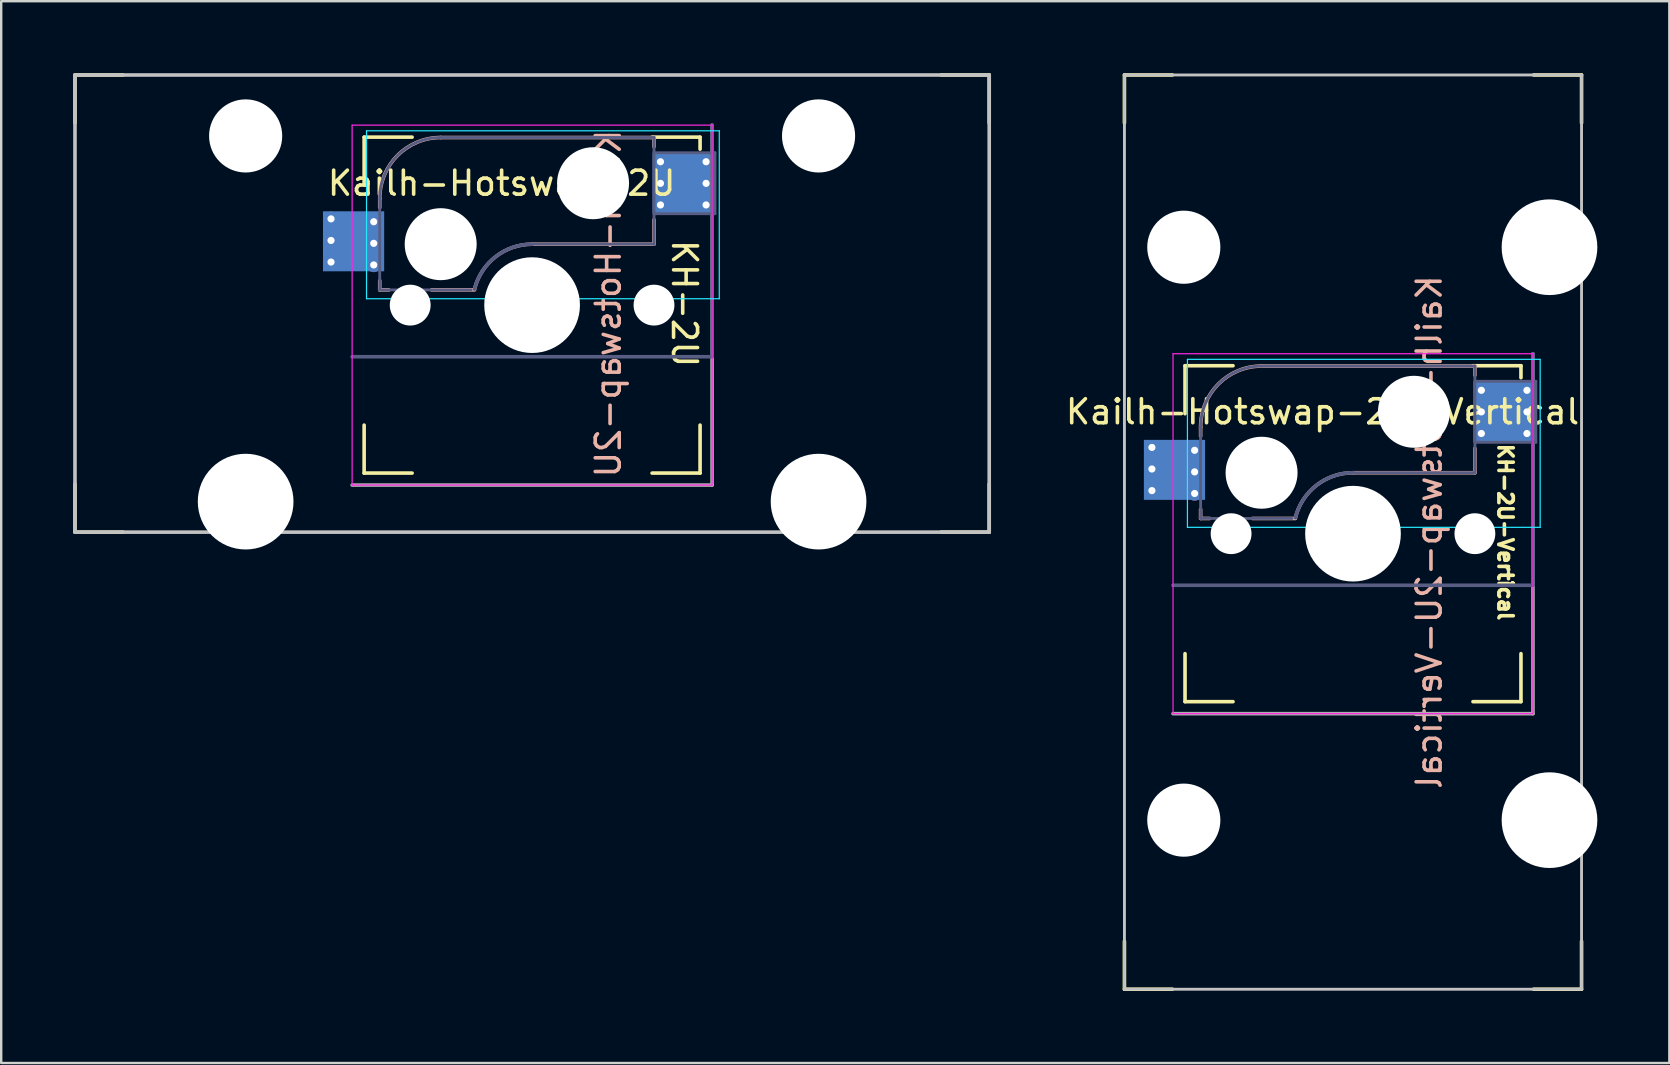
<source format=kicad_pcb>
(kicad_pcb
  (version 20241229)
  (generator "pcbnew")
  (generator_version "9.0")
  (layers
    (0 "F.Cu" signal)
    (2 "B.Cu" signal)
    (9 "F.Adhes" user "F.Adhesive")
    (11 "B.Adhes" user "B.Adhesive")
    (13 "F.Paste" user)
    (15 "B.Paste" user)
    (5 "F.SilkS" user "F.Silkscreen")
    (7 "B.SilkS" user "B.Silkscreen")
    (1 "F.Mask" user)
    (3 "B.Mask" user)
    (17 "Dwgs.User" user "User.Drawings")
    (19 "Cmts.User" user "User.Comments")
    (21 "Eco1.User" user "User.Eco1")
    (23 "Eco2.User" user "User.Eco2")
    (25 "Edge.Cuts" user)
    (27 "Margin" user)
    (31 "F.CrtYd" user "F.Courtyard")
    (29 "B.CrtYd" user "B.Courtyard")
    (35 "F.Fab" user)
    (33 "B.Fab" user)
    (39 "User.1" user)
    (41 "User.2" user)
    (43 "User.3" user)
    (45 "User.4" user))
  (footprint "Kailh-Hotswap-2U-Vertical"
    (layer "F.Cu")
    (at 53.335 19.125)
    (property "Reference" "Kailh-Hotswap-2U-Vertical" (at 3.175 0 90) (unlocked yes) (layer "B.SilkS") (effects (font (size 1 1) (thickness 0.15)) (justify mirror)))
    (attr through_hole)
    (fp_line (start -9.525 -19.05) (end -7.525 -19.05) (stroke (width 0.15) (type solid)) (layer "F.SilkS"))
    (fp_line (start -9.525 -17.05) (end -9.525 -19.05) (stroke (width 0.15) (type solid)) (layer "F.SilkS"))
    (fp_line (start -9.525 19.05) (end -9.525 17.05) (stroke (width 0.15) (type solid)) (layer "F.SilkS"))
    (fp_line (start -7.525 19.05) (end -9.525 19.05) (stroke (width 0.15) (type solid)) (layer "F.SilkS"))
    (fp_line (start -7 -6.934) (end -5 -6.934) (stroke (width 0.15) (type solid)) (layer "F.SilkS"))
    (fp_line (start -7 -4.934) (end -7 -6.934) (stroke (width 0.15) (type solid)) (layer "F.SilkS"))
    (fp_line (start -7 7.066) (end -7 5.066) (stroke (width 0.15) (type solid)) (layer "F.SilkS"))
    (fp_line (start -5 7.066) (end -7 7.066) (stroke (width 0.15) (type solid)) (layer "F.SilkS"))
    (fp_line (start 5 -6.934) (end 7 -6.934) (stroke (width 0.15) (type solid)) (layer "F.SilkS"))
    (fp_line (start 5 7.066) (end 7 7.066) (stroke (width 0.15) (type solid)) (layer "F.SilkS"))
    (fp_line (start 7 -6.934) (end 7 -6.434) (stroke (width 0.15) (type solid)) (layer "F.SilkS"))
    (fp_line (start 7 7.066) (end 7 5.066) (stroke (width 0.15) (type solid)) (layer "F.SilkS"))
    (fp_line (start 7.525 -19.05) (end 9.525 -19.05) (stroke (width 0.15) (type solid)) (layer "F.SilkS"))
    (fp_line (start 9.525 -19.05) (end 9.525 -17.05) (stroke (width 0.15) (type solid)) (layer "F.SilkS"))
    (fp_line (start 9.525 17.05) (end 9.525 19.05) (stroke (width 0.15) (type solid)) (layer "F.SilkS"))
    (fp_line (start 9.525 19.05) (end 7.525 19.05) (stroke (width 0.15) (type solid)) (layer "F.SilkS"))
    (fp_line (start -6.35 -4.379) (end -6.35 -3.998) (stroke (width 0.15) (type solid)) (layer "B.SilkS"))
    (fp_line (start -6.35 -0.95) (end -6.35 -0.569) (stroke (width 0.15) (type solid)) (layer "B.SilkS"))
    (fp_line (start -6.35 -0.569) (end -5.969 -0.569) (stroke (width 0.15) (type solid)) (layer "B.SilkS"))
    (fp_line (start -4.191 -0.569) (end -2.4 -0.569) (stroke (width 0.15) (type solid)) (layer "B.SilkS"))
    (fp_line (start 0 -2.474) (end 5.08 -2.474) (stroke (width 0.15) (type solid)) (layer "B.SilkS"))
    (fp_line (start 5.08 -6.919) (end -3.81 -6.919) (stroke (width 0.15) (type solid)) (layer "B.SilkS"))
    (fp_line (start 5.08 -6.538) (end 5.08 -6.919) (stroke (width 0.15) (type solid)) (layer "B.SilkS"))
    (fp_line (start 5.08 -2.474) (end 5.08 -3.49) (stroke (width 0.15) (type solid)) (layer "B.SilkS"))
    (fp_arc (start -6.35 -4.378861) (mid -5.606051 -6.174912) (end -3.81 -6.918861) (stroke (width 0.15) (type solid)) (layer "B.SilkS"))
    (fp_arc (start -2.399998 -0.599998) (mid -1.521828 -1.950392) (end 0.001565 -2.473861) (stroke (width 0.15) (type solid)) (layer "B.SilkS"))
    (fp_line (start -9.525 -19.05) (end 9.525 -19.05) (stroke (width 0.12) (type solid)) (layer "Dwgs.User"))
    (fp_line (start -9.525 19.05) (end -9.525 -19.05) (stroke (width 0.12) (type solid)) (layer "Dwgs.User"))
    (fp_line (start 9.525 -19.05) (end 9.525 19.05) (stroke (width 0.12) (type solid)) (layer "Dwgs.User"))
    (fp_line (start 9.525 19.05) (end -9.525 19.05) (stroke (width 0.12) (type solid)) (layer "Dwgs.User"))
    (fp_line (start -6.9 -7.2) (end 7.8 -7.2) (stroke (width 0.05) (type solid)) (layer "B.CrtYd"))
    (fp_line (start -6.9 -0.2) (end -6.9 -7.2) (stroke (width 0.05) (type solid)) (layer "B.CrtYd"))
    (fp_line (start 7.8 -7.2) (end 7.8 -0.2) (stroke (width 0.05) (type solid)) (layer "B.CrtYd"))
    (fp_line (start 7.8 -0.2) (end -6.9 -0.2) (stroke (width 0.05) (type solid)) (layer "B.CrtYd"))
    (fp_line (start -7.5 -7.434) (end 7.5 -7.434) (stroke (width 0.05) (type solid)) (layer "F.CrtYd"))
    (fp_line (start -7.5 7.566) (end -7.5 -7.434) (stroke (width 0.05) (type solid)) (layer "F.CrtYd"))
    (fp_line (start -7.5 7.566) (end 7.5 7.566) (stroke (width 0.05) (type solid)) (layer "F.CrtYd"))
    (fp_line (start 7.5 -7.434) (end 7.5 7.566) (stroke (width 0.05) (type solid)) (layer "F.CrtYd"))
    (fp_line (start -7.5 2.216) (end 7.5 2.216) (stroke (width 0.15) (type solid)) (layer "B.Fab"))
    (fp_line (start -6.35 -0.569) (end -6.35 -4.379) (stroke (width 0.12) (type solid)) (layer "B.Fab"))
    (fp_line (start -3.81 -6.919) (end 5.08 -6.919) (stroke (width 0.12) (type solid)) (layer "B.Fab"))
    (fp_line (start -2.54 -0.569) (end -6.35 -0.569) (stroke (width 0.12) (type solid)) (layer "B.Fab"))
    (fp_line (start 5.08 -6.919) (end 5.08 -2.474) (stroke (width 0.12) (type solid)) (layer "B.Fab"))
    (fp_line (start 5.08 -6.284) (end 7.62 -6.284) (stroke (width 0.12) (type solid)) (layer "B.Fab"))
    (fp_line (start 5.08 -2.474) (end 0 -2.474) (stroke (width 0.12) (type solid)) (layer "B.Fab"))
    (fp_line (start 7.5 2.216) (end 7.5 -7.434) (stroke (width 0.15) (type solid)) (layer "B.Fab"))
    (fp_line (start 7.62 -6.284) (end 7.62 -3.744) (stroke (width 0.12) (type solid)) (layer "B.Fab"))
    (fp_line (start 7.62 -3.744) (end 5.08 -3.744) (stroke (width 0.12) (type solid)) (layer "B.Fab"))
    (fp_arc (start -6.35 -4.378861) (mid -5.606051 -6.174912) (end -3.81 -6.918861) (stroke (width 0.12) (type solid)) (layer "B.Fab"))
    (fp_arc (start -2.401563 -0.599998) (mid -1.523393 -1.950392) (end 0 -2.473861) (stroke (width 0.15) (type solid)) (layer "B.Fab"))
    (fp_line (start -7.5 7.566) (end 7.5 7.566) (stroke (width 0.15) (type solid)) (layer "F.Fab"))
    (fp_line (start 7.5 7.566) (end 7.5 -7.434) (stroke (width 0.15) (type solid)) (layer "F.Fab"))
    (fp_text user "KH-2U-Vertical" (at 6.35 0 270) (unlocked yes) (layer "F.SilkS") (effects (font (size 0.6 0.6) (thickness 0.15))))
    (fp_text user "${REFERENCE}" (at -1.27 -5.014 180) (layer "F.SilkS") (effects (font (size 1 1) (thickness 0.15))))
    (pad "" np_thru_hole circle (at -7.051 -11.872 90) (size 3.048 3.048) (drill 3.048) (layers "*.Cu" "*.Mask"))
    (pad "" np_thru_hole circle (at -7.051 12.004 90) (size 3.048 3.048) (drill 3.048) (layers "*.Cu" "*.Mask"))
    (pad "" np_thru_hole circle (at -5.08 0.066 180) (size 1.702 1.702) (drill 1.702) (layers "*.Cu" "*.Mask"))
    (pad "" np_thru_hole circle (at -3.81 -2.474 180) (size 3 3) (drill 3) (layers "*.Cu" "*.Mask"))
    (pad "" np_thru_hole circle (at 0 0.066 90) (size 3.988 3.988) (drill 3.988) (layers "*.Cu" "*.Mask"))
    (pad "" np_thru_hole circle (at 2.54 -5.014 180) (size 3 3) (drill 3) (layers "*.Cu" "*.Mask"))
    (pad "" np_thru_hole circle (at 5.08 0.066 180) (size 1.702 1.702) (drill 1.702) (layers "*.Cu" "*.Mask"))
    (pad "" np_thru_hole circle (at 8.189 -11.872 90) (size 3.988 3.988) (drill 3.988) (layers "*.Cu" "*.Mask"))
    (pad "" np_thru_hole circle (at 8.189 12.004 90) (size 3.988 3.988) (drill 3.988) (layers "*.Cu" "*.Mask"))
    (pad "1" thru_hole circle (at 5.35 -5.909 180) (size 0.6 0.6) (drill 0.3) (layers "*.Cu" "B.Mask"))
    (pad "1" thru_hole circle (at 5.35 -5.009 180) (size 0.6 0.6) (drill 0.3) (layers "*.Cu" "B.Mask"))
    (pad "1" thru_hole circle (at 5.35 -4.109 180) (size 0.6 0.6) (drill 0.3) (layers "*.Cu" "B.Mask"))
    (pad "1" smd rect (at 6.29 -5.014 180) (size 2.55 2.5) (layers "B.Cu" "B.Mask" "B.Paste"))
    (pad "1" thru_hole circle (at 7.25 -5.909 180) (size 0.6 0.6) (drill 0.3) (layers "*.Cu" "B.Mask"))
    (pad "1" thru_hole circle (at 7.25 -5.009 180) (size 0.6 0.6) (drill 0.3) (layers "*.Cu" "B.Mask"))
    (pad "1" thru_hole circle (at 7.25 -4.109 180) (size 0.6 0.6) (drill 0.3) (layers "*.Cu" "B.Mask"))
    (pad "2" thru_hole circle (at -8.38 -3.529 180) (size 0.6 0.6) (drill 0.3) (layers "*.Cu" "B.Mask"))
    (pad "2" thru_hole circle (at -8.38 -2.629 180) (size 0.6 0.6) (drill 0.3) (layers "*.Cu" "B.Mask"))
    (pad "2" thru_hole circle (at -8.38 -1.729 180) (size 0.6 0.6) (drill 0.3) (layers "*.Cu" "B.Mask"))
    (pad "2" smd rect (at -7.44 -2.594 180) (size 2.55 2.5) (layers "B.Cu" "B.Mask" "B.Paste"))
    (pad "2" thru_hole circle (at -6.6 -3.409 180) (size 0.6 0.6) (drill 0.3) (layers "*.Cu" "B.Mask"))
    (pad "2" thru_hole circle (at -6.6 -2.509 180) (size 0.6 0.6) (drill 0.3) (layers "*.Cu" "B.Mask"))
    (pad "2" thru_hole circle (at -6.6 -1.609 180) (size 0.6 0.6) (drill 0.3) (layers "*.Cu" "B.Mask")))
  (footprint "Kailh-Hotswap-2U"
    (layer "F.Cu")
    (at 19.125 9.6)
    (property "Reference" "Kailh-Hotswap-2U" (at 3.175 0 90) (unlocked yes) (layer "B.SilkS") (effects (font (size 1 1) (thickness 0.15)) (justify mirror)))
    (attr through_hole)
    (fp_line (start -19.05 -9.525) (end -17.05 -9.525) (stroke (width 0.15) (type solid)) (layer "F.SilkS"))
    (fp_line (start -19.05 -7.525) (end -19.05 -9.525) (stroke (width 0.15) (type solid)) (layer "F.SilkS"))
    (fp_line (start -19.05 9.525) (end -19.05 7.525) (stroke (width 0.15) (type solid)) (layer "F.SilkS"))
    (fp_line (start -17.05 9.525) (end -19.05 9.525) (stroke (width 0.15) (type solid)) (layer "F.SilkS"))
    (fp_line (start -7 -6.934) (end -5 -6.934) (stroke (width 0.15) (type solid)) (layer "F.SilkS"))
    (fp_line (start -7 -4.934) (end -7 -6.934) (stroke (width 0.15) (type solid)) (layer "F.SilkS"))
    (fp_line (start -7 7.066) (end -7 5.066) (stroke (width 0.15) (type solid)) (layer "F.SilkS"))
    (fp_line (start -5 7.066) (end -7 7.066) (stroke (width 0.15) (type solid)) (layer "F.SilkS"))
    (fp_line (start 5 -6.934) (end 7 -6.934) (stroke (width 0.15) (type solid)) (layer "F.SilkS"))
    (fp_line (start 5 7.066) (end 7 7.066) (stroke (width 0.15) (type solid)) (layer "F.SilkS"))
    (fp_line (start 7 -6.934) (end 7 -6.434) (stroke (width 0.15) (type solid)) (layer "F.SilkS"))
    (fp_line (start 7 7.066) (end 7 5.066) (stroke (width 0.15) (type solid)) (layer "F.SilkS"))
    (fp_line (start 17.05 -9.525) (end 19.05 -9.525) (stroke (width 0.15) (type solid)) (layer "F.SilkS"))
    (fp_line (start 19.05 -9.525) (end 19.05 -7.525) (stroke (width 0.15) (type solid)) (layer "F.SilkS"))
    (fp_line (start 19.05 7.525) (end 19.05 9.525) (stroke (width 0.15) (type solid)) (layer "F.SilkS"))
    (fp_line (start 19.05 9.525) (end 17.05 9.525) (stroke (width 0.15) (type solid)) (layer "F.SilkS"))
    (fp_line (start -6.35 -4.379) (end -6.35 -3.998) (stroke (width 0.15) (type solid)) (layer "B.SilkS"))
    (fp_line (start -6.35 -0.95) (end -6.35 -0.569) (stroke (width 0.15) (type solid)) (layer "B.SilkS"))
    (fp_line (start -6.35 -0.569) (end -5.969 -0.569) (stroke (width 0.15) (type solid)) (layer "B.SilkS"))
    (fp_line (start -4.191 -0.569) (end -2.4 -0.569) (stroke (width 0.15) (type solid)) (layer "B.SilkS"))
    (fp_line (start 0 -2.474) (end 5.08 -2.474) (stroke (width 0.15) (type solid)) (layer "B.SilkS"))
    (fp_line (start 5.08 -6.919) (end -3.81 -6.919) (stroke (width 0.15) (type solid)) (layer "B.SilkS"))
    (fp_line (start 5.08 -6.538) (end 5.08 -6.919) (stroke (width 0.15) (type solid)) (layer "B.SilkS"))
    (fp_line (start 5.08 -2.474) (end 5.08 -3.49) (stroke (width 0.15) (type solid)) (layer "B.SilkS"))
    (fp_arc (start -6.35 -4.378861) (mid -5.606051 -6.174912) (end -3.81 -6.918861) (stroke (width 0.15) (type solid)) (layer "B.SilkS"))
    (fp_arc (start -2.399998 -0.599998) (mid -1.521828 -1.950392) (end 0.001565 -2.473861) (stroke (width 0.15) (type solid)) (layer "B.SilkS"))
    (fp_line (start -19.05 -9.525) (end 19.05 -9.525) (stroke (width 0.15) (type solid)) (layer "Dwgs.User"))
    (fp_line (start -19.05 9.525) (end -19.05 -9.525) (stroke (width 0.15) (type solid)) (layer "Dwgs.User"))
    (fp_line (start -19.05 9.525) (end 19.05 9.525) (stroke (width 0.15) (type solid)) (layer "Dwgs.User"))
    (fp_line (start 19.05 -9.525) (end 19.05 9.525) (stroke (width 0.15) (type solid)) (layer "Dwgs.User"))
    (fp_line (start -6.9 -7.2) (end 7.8 -7.2) (stroke (width 0.05) (type solid)) (layer "B.CrtYd"))
    (fp_line (start -6.9 -0.2) (end -6.9 -7.2) (stroke (width 0.05) (type solid)) (layer "B.CrtYd"))
    (fp_line (start 7.8 -7.2) (end 7.8 -0.2) (stroke (width 0.05) (type solid)) (layer "B.CrtYd"))
    (fp_line (start 7.8 -0.2) (end -6.9 -0.2) (stroke (width 0.05) (type solid)) (layer "B.CrtYd"))
    (fp_line (start -7.5 -7.434) (end 7.5 -7.434) (stroke (width 0.05) (type solid)) (layer "F.CrtYd"))
    (fp_line (start -7.5 7.566) (end -7.5 -7.434) (stroke (width 0.05) (type solid)) (layer "F.CrtYd"))
    (fp_line (start -7.5 7.566) (end 7.5 7.566) (stroke (width 0.05) (type solid)) (layer "F.CrtYd"))
    (fp_line (start 7.5 -7.434) (end 7.5 7.566) (stroke (width 0.05) (type solid)) (layer "F.CrtYd"))
    (fp_line (start -7.5 2.216) (end 7.5 2.216) (stroke (width 0.15) (type solid)) (layer "B.Fab"))
    (fp_line (start -6.35 -0.569) (end -6.35 -4.379) (stroke (width 0.12) (type solid)) (layer "B.Fab"))
    (fp_line (start -3.81 -6.919) (end 5.08 -6.919) (stroke (width 0.12) (type solid)) (layer "B.Fab"))
    (fp_line (start -2.54 -0.569) (end -6.35 -0.569) (stroke (width 0.12) (type solid)) (layer "B.Fab"))
    (fp_line (start 5.08 -6.919) (end 5.08 -2.474) (stroke (width 0.12) (type solid)) (layer "B.Fab"))
    (fp_line (start 5.08 -6.284) (end 7.62 -6.284) (stroke (width 0.12) (type solid)) (layer "B.Fab"))
    (fp_line (start 5.08 -2.474) (end 0 -2.474) (stroke (width 0.12) (type solid)) (layer "B.Fab"))
    (fp_line (start 7.5 2.216) (end 7.5 -7.434) (stroke (width 0.15) (type solid)) (layer "B.Fab"))
    (fp_line (start 7.62 -6.284) (end 7.62 -3.744) (stroke (width 0.12) (type solid)) (layer "B.Fab"))
    (fp_line (start 7.62 -3.744) (end 5.08 -3.744) (stroke (width 0.12) (type solid)) (layer "B.Fab"))
    (fp_arc (start -6.35 -4.378861) (mid -5.606051 -6.174912) (end -3.81 -6.918861) (stroke (width 0.12) (type solid)) (layer "B.Fab"))
    (fp_arc (start -2.401563 -0.599998) (mid -1.523393 -1.950392) (end 0 -2.473861) (stroke (width 0.15) (type solid)) (layer "B.Fab"))
    (fp_line (start -7.5 7.566) (end 7.5 7.566) (stroke (width 0.15) (type solid)) (layer "F.Fab"))
    (fp_line (start 7.5 7.566) (end 7.5 -7.434) (stroke (width 0.15) (type solid)) (layer "F.Fab"))
    (fp_text user "KH-2U" (at 6.35 0 270) (unlocked yes) (layer "F.SilkS") (effects (font (size 1 1) (thickness 0.15))))
    (fp_text user "${REFERENCE}" (at -1.27 -5.014 180) (layer "F.SilkS") (effects (font (size 1 1) (thickness 0.15))))
    (pad "" np_thru_hole circle (at -11.938 -6.985) (size 3.048 3.048) (drill 3.048) (layers "*.Cu" "*.Mask"))
    (pad "" np_thru_hole circle (at -11.938 8.255) (size 3.988 3.988) (drill 3.988) (layers "*.Cu" "*.Mask"))
    (pad "" np_thru_hole circle (at -5.08 0.066 180) (size 1.702 1.702) (drill 1.702) (layers "*.Cu" "*.Mask"))
    (pad "" np_thru_hole circle (at -3.81 -2.474 180) (size 3 3) (drill 3) (layers "*.Cu" "*.Mask"))
    (pad "" np_thru_hole circle (at 0 0.066 90) (size 3.988 3.988) (drill 3.988) (layers "*.Cu" "*.Mask"))
    (pad "" np_thru_hole circle (at 2.54 -5.014 180) (size 3 3) (drill 3) (layers "*.Cu" "*.Mask"))
    (pad "" np_thru_hole circle (at 5.08 0.066 180) (size 1.702 1.702) (drill 1.702) (layers "*.Cu" "*.Mask"))
    (pad "" np_thru_hole circle (at 11.938 -6.985) (size 3.048 3.048) (drill 3.048) (layers "*.Cu" "*.Mask"))
    (pad "" np_thru_hole circle (at 11.938 8.255) (size 3.988 3.988) (drill 3.988) (layers "*.Cu" "*.Mask"))
    (pad "1" thru_hole circle (at 5.35 -5.909 180) (size 0.6 0.6) (drill 0.3) (layers "*.Cu" "B.Mask"))
    (pad "1" thru_hole circle (at 5.35 -5.009 180) (size 0.6 0.6) (drill 0.3) (layers "*.Cu" "B.Mask"))
    (pad "1" thru_hole circle (at 5.35 -4.109 180) (size 0.6 0.6) (drill 0.3) (layers "*.Cu" "B.Mask"))
    (pad "1" smd rect (at 6.29 -5.014 180) (size 2.55 2.5) (layers "B.Cu" "B.Mask" "B.Paste"))
    (pad "1" thru_hole circle (at 7.25 -5.909 180) (size 0.6 0.6) (drill 0.3) (layers "*.Cu" "B.Mask"))
    (pad "1" thru_hole circle (at 7.25 -5.009 180) (size 0.6 0.6) (drill 0.3) (layers "*.Cu" "B.Mask"))
    (pad "1" thru_hole circle (at 7.25 -4.109 180) (size 0.6 0.6) (drill 0.3) (layers "*.Cu" "B.Mask"))
    (pad "2" thru_hole circle (at -8.38 -3.529 180) (size 0.6 0.6) (drill 0.3) (layers "*.Cu" "B.Mask"))
    (pad "2" thru_hole circle (at -8.38 -2.629 180) (size 0.6 0.6) (drill 0.3) (layers "*.Cu" "B.Mask"))
    (pad "2" thru_hole circle (at -8.38 -1.729 180) (size 0.6 0.6) (drill 0.3) (layers "*.Cu" "B.Mask"))
    (pad "2" smd rect (at -7.44 -2.594 180) (size 2.55 2.5) (layers "B.Cu" "B.Mask" "B.Paste"))
    (pad "2" thru_hole circle (at -6.6 -3.409 180) (size 0.6 0.6) (drill 0.3) (layers "*.Cu" "B.Mask"))
    (pad "2" thru_hole circle (at -6.6 -2.509 180) (size 0.6 0.6) (drill 0.3) (layers "*.Cu" "B.Mask"))
    (pad "2" thru_hole circle (at -6.6 -1.609 180) (size 0.6 0.6) (drill 0.3) (layers "*.Cu" "B.Mask")))
  (gr_rect
    (start -3 -3)
    (end 66.518 41.25)
    (stroke (width 0.1) (type default))
    (fill no)
    (layer "Edge.Cuts")))
</source>
